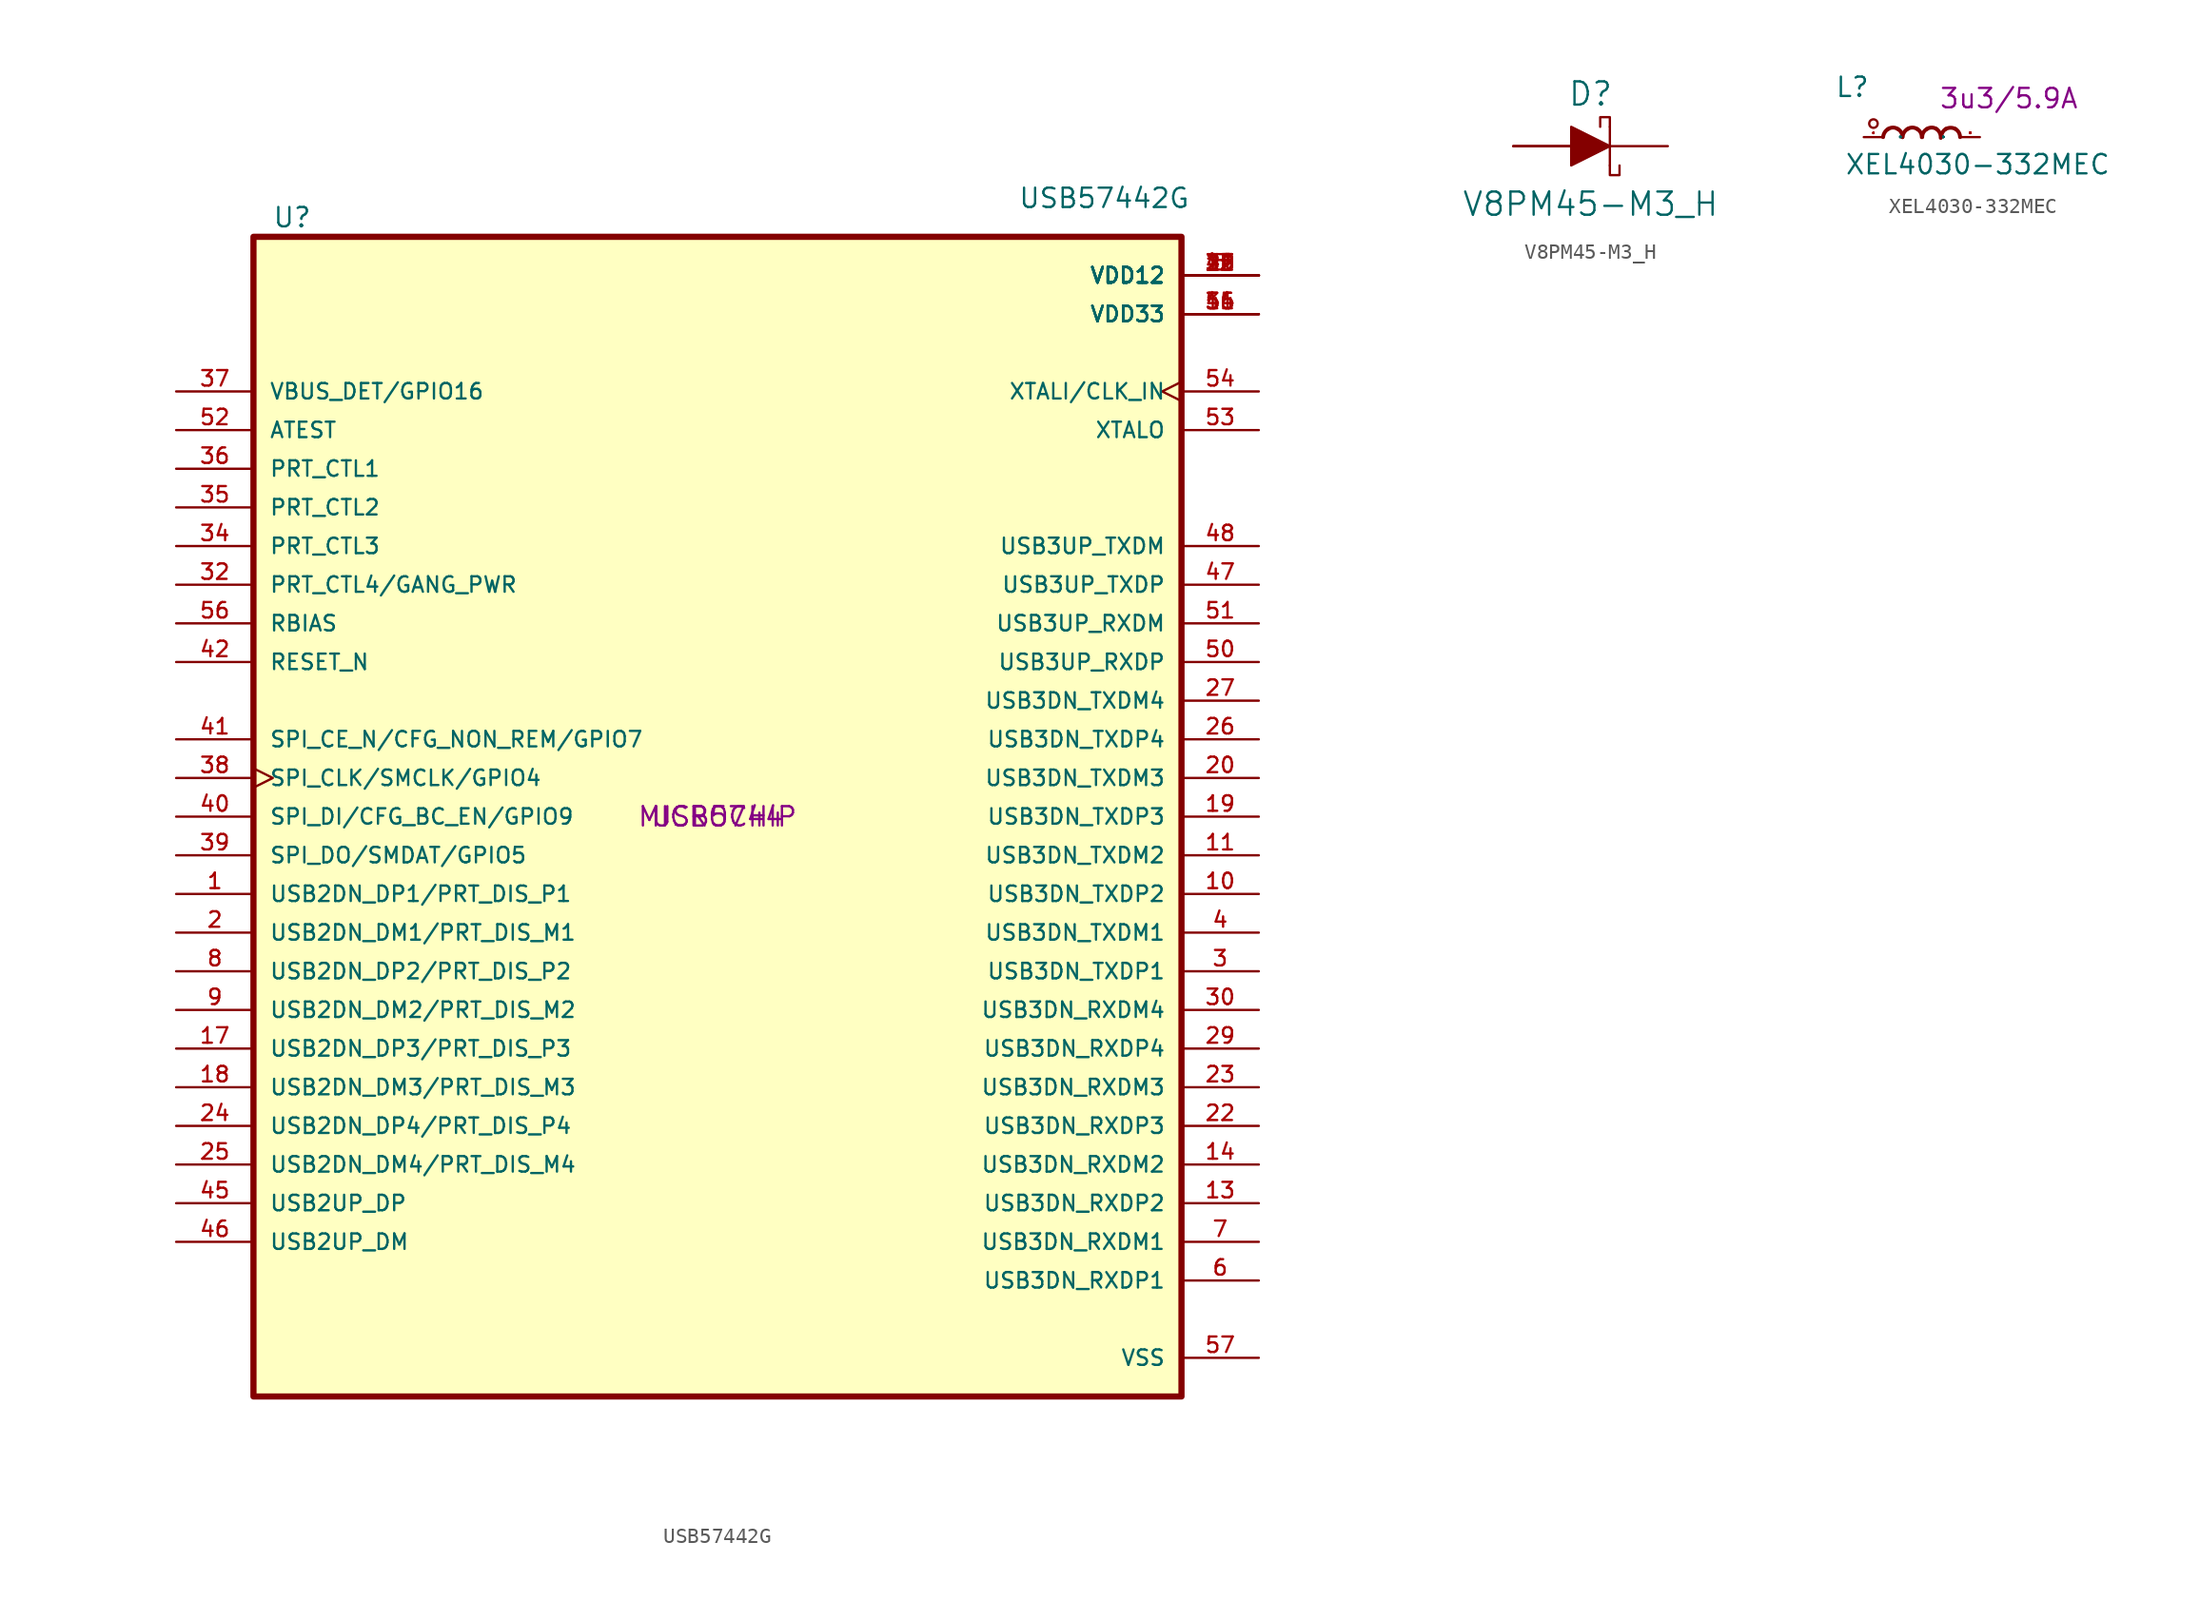
<source format=kicad_sym>
(kicad_symbol_lib
  (version 20211014)
  (generator kicad_symbol_editor)
  (symbol "USB57442G"
    (pin_names
      (offset 1.016))
    (property "Reference" "U"
      (at -27.94 39.37 0)
      (effects (font (size 1.27 1.27))))
    (property "Value" "USB57442G"
      (at 25.4 40.64 0)
      (effects (font (size 1.27 1.27))))
    (property "MPN" "USB5744"
      (at 0 0 0)
      (effects (font (size 1.27 1.27))))
    (property "Manufacturer" "MICROCHIP"
      (at 0 0 0)
      (effects (font (size 1.27 1.27))))
    (symbol "USB57442G_1_1"
      (rectangle (start -30.48 -38.1) (end 30.48 38.1) (stroke (width 0.406) (type default) (color 0 0 0 0)) (fill (type background)))
      (pin bidirectional line (at -35.56 -5.08 0) (length 5.08) (name "USB2DN_DP1/PRT_DIS_P1" (effects (font (size 1.016 1.016)))) (number "1" (effects (font (size 1.016 1.016)))))
      (pin bidirectional line (at 35.56 -5.08 180) (length 5.08) (name "USB3DN_TXDP2" (effects (font (size 1.016 1.016)))) (number "10" (effects (font (size 1.016 1.016)))))
      (pin bidirectional line (at 35.56 -2.54 180) (length 5.08) (name "USB3DN_TXDM2" (effects (font (size 1.016 1.016)))) (number "11" (effects (font (size 1.016 1.016)))))
      (pin power_in line (at 35.56 35.56 180) (length 5.08) (name "VDD12" (effects (font (size 1.016 1.016)))) (number "12" (effects (font (size 1.016 1.016)))))
      (pin bidirectional line (at 35.56 -25.4 180) (length 5.08) (name "USB3DN_RXDP2" (effects (font (size 1.016 1.016)))) (number "13" (effects (font (size 1.016 1.016)))))
      (pin bidirectional line (at 35.56 -22.86 180) (length 5.08) (name "USB3DN_RXDM2" (effects (font (size 1.016 1.016)))) (number "14" (effects (font (size 1.016 1.016)))))
      (pin power_in line (at 35.56 35.56 180) (length 5.08) (name "VDD12" (effects (font (size 1.016 1.016)))) (number "15" (effects (font (size 1.016 1.016)))))
      (pin power_in line (at 35.56 33.02 180) (length 5.08) (name "VDD33" (effects (font (size 1.016 1.016)))) (number "16" (effects (font (size 1.016 1.016)))))
      (pin bidirectional line (at -35.56 -15.24 0) (length 5.08) (name "USB2DN_DP3/PRT_DIS_P3" (effects (font (size 1.016 1.016)))) (number "17" (effects (font (size 1.016 1.016)))))
      (pin bidirectional line (at -35.56 -17.78 0) (length 5.08) (name "USB2DN_DM3/PRT_DIS_M3" (effects (font (size 1.016 1.016)))) (number "18" (effects (font (size 1.016 1.016)))))
      (pin bidirectional line (at 35.56 0 180) (length 5.08) (name "USB3DN_TXDP3" (effects (font (size 1.016 1.016)))) (number "19" (effects (font (size 1.016 1.016)))))
      (pin bidirectional line (at -35.56 -7.62 0) (length 5.08) (name "USB2DN_DM1/PRT_DIS_M1" (effects (font (size 1.016 1.016)))) (number "2" (effects (font (size 1.016 1.016)))))
      (pin bidirectional line (at 35.56 2.54 180) (length 5.08) (name "USB3DN_TXDM3" (effects (font (size 1.016 1.016)))) (number "20" (effects (font (size 1.016 1.016)))))
      (pin power_in line (at 35.56 35.56 180) (length 5.08) (name "VDD12" (effects (font (size 1.016 1.016)))) (number "21" (effects (font (size 1.016 1.016)))))
      (pin bidirectional line (at 35.56 -20.32 180) (length 5.08) (name "USB3DN_RXDP3" (effects (font (size 1.016 1.016)))) (number "22" (effects (font (size 1.016 1.016)))))
      (pin bidirectional line (at 35.56 -17.78 180) (length 5.08) (name "USB3DN_RXDM3" (effects (font (size 1.016 1.016)))) (number "23" (effects (font (size 1.016 1.016)))))
      (pin bidirectional line (at -35.56 -20.32 0) (length 5.08) (name "USB2DN_DP4/PRT_DIS_P4" (effects (font (size 1.016 1.016)))) (number "24" (effects (font (size 1.016 1.016)))))
      (pin bidirectional line (at -35.56 -22.86 0) (length 5.08) (name "USB2DN_DM4/PRT_DIS_M4" (effects (font (size 1.016 1.016)))) (number "25" (effects (font (size 1.016 1.016)))))
      (pin bidirectional line (at 35.56 5.08 180) (length 5.08) (name "USB3DN_TXDP4" (effects (font (size 1.016 1.016)))) (number "26" (effects (font (size 1.016 1.016)))))
      (pin bidirectional line (at 35.56 7.62 180) (length 5.08) (name "USB3DN_TXDM4" (effects (font (size 1.016 1.016)))) (number "27" (effects (font (size 1.016 1.016)))))
      (pin power_in line (at 35.56 35.56 180) (length 5.08) (name "VDD12" (effects (font (size 1.016 1.016)))) (number "28" (effects (font (size 1.016 1.016)))))
      (pin bidirectional line (at 35.56 -15.24 180) (length 5.08) (name "USB3DN_RXDP4" (effects (font (size 1.016 1.016)))) (number "29" (effects (font (size 1.016 1.016)))))
      (pin bidirectional line (at 35.56 -10.16 180) (length 5.08) (name "USB3DN_TXDP1" (effects (font (size 1.016 1.016)))) (number "3" (effects (font (size 1.016 1.016)))))
      (pin bidirectional line (at 35.56 -12.7 180) (length 5.08) (name "USB3DN_RXDM4" (effects (font (size 1.016 1.016)))) (number "30" (effects (font (size 1.016 1.016)))))
      (pin power_in line (at 35.56 33.02 180) (length 5.08) (name "VDD33" (effects (font (size 1.016 1.016)))) (number "31" (effects (font (size 1.016 1.016)))))
      (pin input line (at -35.56 15.24 0) (length 5.08) (name "PRT_CTL4/GANG_PWR" (effects (font (size 1.016 1.016)))) (number "32" (effects (font (size 1.016 1.016)))))
      (pin power_in line (at 35.56 35.56 180) (length 5.08) (name "VDD12" (effects (font (size 1.016 1.016)))) (number "33" (effects (font (size 1.016 1.016)))))
      (pin input line (at -35.56 17.78 0) (length 5.08) (name "PRT_CTL3" (effects (font (size 1.016 1.016)))) (number "34" (effects (font (size 1.016 1.016)))))
      (pin input line (at -35.56 20.32 0) (length 5.08) (name "PRT_CTL2" (effects (font (size 1.016 1.016)))) (number "35" (effects (font (size 1.016 1.016)))))
      (pin input line (at -35.56 22.86 0) (length 5.08) (name "PRT_CTL1" (effects (font (size 1.016 1.016)))) (number "36" (effects (font (size 1.016 1.016)))))
      (pin bidirectional line (at -35.56 27.94 0) (length 5.08) (name "VBUS_DET/GPIO16" (effects (font (size 1.016 1.016)))) (number "37" (effects (font (size 1.016 1.016)))))
      (pin bidirectional clock (at -35.56 2.54 0) (length 5.08) (name "SPI_CLK/SMCLK/GPIO4" (effects (font (size 1.016 1.016)))) (number "38" (effects (font (size 1.016 1.016)))))
      (pin bidirectional line (at -35.56 -2.54 0) (length 5.08) (name "SPI_DO/SMDAT/GPIO5" (effects (font (size 1.016 1.016)))) (number "39" (effects (font (size 1.016 1.016)))))
      (pin bidirectional line (at 35.56 -7.62 180) (length 5.08) (name "USB3DN_TXDM1" (effects (font (size 1.016 1.016)))) (number "4" (effects (font (size 1.016 1.016)))))
      (pin bidirectional line (at -35.56 0 0) (length 5.08) (name "SPI_DI/CFG_BC_EN/GPIO9" (effects (font (size 1.016 1.016)))) (number "40" (effects (font (size 1.016 1.016)))))
      (pin bidirectional line (at -35.56 5.08 0) (length 5.08) (name "SPI_CE_N/CFG_NON_REM/GPIO7" (effects (font (size 1.016 1.016)))) (number "41" (effects (font (size 1.016 1.016)))))
      (pin input line (at -35.56 10.16 0) (length 5.08) (name "RESET_N" (effects (font (size 1.016 1.016)))) (number "42" (effects (font (size 1.016 1.016)))))
      (pin power_in line (at 35.56 35.56 180) (length 5.08) (name "VDD12" (effects (font (size 1.016 1.016)))) (number "43" (effects (font (size 1.016 1.016)))))
      (pin power_in line (at 35.56 33.02 180) (length 5.08) (name "VDD33" (effects (font (size 1.016 1.016)))) (number "44" (effects (font (size 1.016 1.016)))))
      (pin bidirectional line (at -35.56 -25.4 0) (length 5.08) (name "USB2UP_DP" (effects (font (size 1.016 1.016)))) (number "45" (effects (font (size 1.016 1.016)))))
      (pin bidirectional line (at -35.56 -27.94 0) (length 5.08) (name "USB2UP_DM" (effects (font (size 1.016 1.016)))) (number "46" (effects (font (size 1.016 1.016)))))
      (pin bidirectional line (at 35.56 15.24 180) (length 5.08) (name "USB3UP_TXDP" (effects (font (size 1.016 1.016)))) (number "47" (effects (font (size 1.016 1.016)))))
      (pin bidirectional line (at 35.56 17.78 180) (length 5.08) (name "USB3UP_TXDM" (effects (font (size 1.016 1.016)))) (number "48" (effects (font (size 1.016 1.016)))))
      (pin power_in line (at 35.56 35.56 180) (length 5.08) (name "VDD12" (effects (font (size 1.016 1.016)))) (number "49" (effects (font (size 1.016 1.016)))))
      (pin power_in line (at 35.56 35.56 180) (length 5.08) (name "VDD12" (effects (font (size 1.016 1.016)))) (number "5" (effects (font (size 1.016 1.016)))))
      (pin bidirectional line (at 35.56 10.16 180) (length 5.08) (name "USB3UP_RXDP" (effects (font (size 1.016 1.016)))) (number "50" (effects (font (size 1.016 1.016)))))
      (pin bidirectional line (at 35.56 12.7 180) (length 5.08) (name "USB3UP_RXDM" (effects (font (size 1.016 1.016)))) (number "51" (effects (font (size 1.016 1.016)))))
      (pin input line (at -35.56 25.4 0) (length 5.08) (name "ATEST" (effects (font (size 1.016 1.016)))) (number "52" (effects (font (size 1.016 1.016)))))
      (pin output line (at 35.56 25.4 180) (length 5.08) (name "XTALO" (effects (font (size 1.016 1.016)))) (number "53" (effects (font (size 1.016 1.016)))))
      (pin input clock (at 35.56 27.94 180) (length 5.08) (name "XTALI/CLK_IN" (effects (font (size 1.016 1.016)))) (number "54" (effects (font (size 1.016 1.016)))))
      (pin power_in line (at 35.56 33.02 180) (length 5.08) (name "VDD33" (effects (font (size 1.016 1.016)))) (number "55" (effects (font (size 1.016 1.016)))))
      (pin input line (at -35.56 12.7 0) (length 5.08) (name "RBIAS" (effects (font (size 1.016 1.016)))) (number "56" (effects (font (size 1.016 1.016)))))
      (pin power_in line (at 35.56 -35.56 180) (length 5.08) (name "VSS" (effects (font (size 1.016 1.016)))) (number "57" (effects (font (size 1.016 1.016)))))
      (pin bidirectional line (at 35.56 -30.48 180) (length 5.08) (name "USB3DN_RXDP1" (effects (font (size 1.016 1.016)))) (number "6" (effects (font (size 1.016 1.016)))))
      (pin bidirectional line (at 35.56 -27.94 180) (length 5.08) (name "USB3DN_RXDM1" (effects (font (size 1.016 1.016)))) (number "7" (effects (font (size 1.016 1.016)))))
      (pin bidirectional line (at -35.56 -10.16 0) (length 5.08) (name "USB2DN_DP2/PRT_DIS_P2" (effects (font (size 1.016 1.016)))) (number "8" (effects (font (size 1.016 1.016)))))
      (pin bidirectional line (at -35.56 -12.7 0) (length 5.08) (name "USB2DN_DM2/PRT_DIS_M2" (effects (font (size 1.016 1.016)))) (number "9" (effects (font (size 1.016 1.016)))))))
  (symbol "V8PM45-M3_H"
    (pin_numbers hide)
    (pin_names
      (offset 0) hide)
    (property "Reference" "D"
      (at 0 2.54 0)
      (effects (font (size 1.524 1.524)) (justify bottom)))
    (property "Value" "V8PM45-M3_H"
      (at 0 -3.81 0)
      (effects (font (size 1.524 1.524))))
    (symbol "V8PM45-M3_H_0_1"
      (polyline (pts (xy 1.27 1.27) (xy 1.27 -1.27)) (stroke (width 0) (type default) (color 0 0 0 0)) (fill (type none)))
      (polyline (pts (xy -1.27 1.27) (xy -1.27 -1.27) (xy 1.27 0) (xy -1.27 1.27)) (stroke (width 0) (type default) (color 0 0 0 0)) (fill (type outline)))
      (polyline (pts (xy 1.27 -1.27) (xy 1.27 -1.905) (xy 1.905 -1.905) (xy 1.905 -1.27)) (stroke (width 0) (type default) (color 0 0 0 0)) (fill (type none)))
      (polyline (pts (xy 1.27 1.27) (xy 1.27 1.905) (xy 0.635 1.905) (xy 0.635 1.27)) (stroke (width 0) (type default) (color 0 0 0 0)) (fill (type none))))
    (symbol "V8PM45-M3_H_1_1"
      (pin passive line (at -5.08 0 0) (length 3.81) (name "~" (effects (font (size 1.27 1.27)))) (number "1" (effects (font (size 1.27 1.27)))))
      (pin passive line (at -5.08 0 0) (length 3.81) (name "~" (effects (font (size 1.27 1.27)))) (number "2" (effects (font (size 1.27 1.27)))))
      (pin passive line (at 5.08 0 180) (length 3.81) (name "~" (effects (font (size 1.27 1.27)))) (number "3" (effects (font (size 1.27 1.27)))))))
  (symbol "XEL4030-332MEC"
    (pin_names
      (offset 1.016))
    (property "Reference" "L"
      (at -5.715 2.54 0)
      (effects (font (size 1.27 1.27)) (justify left bottom)))
    (property "Value" "XEL4030-332MEC"
      (at -5.08 -2.54 0)
      (effects (font (size 1.27 1.27)) (justify left bottom)))
    (property "Val" "3u3/5.9A"
      (at 5.715 2.54 0)
      (effects (font (size 1.27 1.27))))
    (symbol "XEL4030-332MEC_0_1"
      (circle (center -3.175 0.889) (radius 0.279) (stroke (width 0) (type default) (color 0 0 0 0)) (fill (type none)))
      (pin passive line (at -3.81 0 0) (length 1.27) (name "P" (effects (font (size 0.025 0.025)))) (number "1" (effects (font (size 0.025 0.025)))))
      (pin passive line (at 3.81 0 180) (length 1.27) (name "P" (effects (font (size 0.025 0.025)))) (number "2" (effects (font (size 0.025 0.025))))))
    (symbol "XEL4030-332MEC_1_1"
      (arc (start -2.2098 0.5334) (mid -2.4364 0.3084) (end -2.54 0) (stroke (width 0.254) (type default) (color 0 0 0 0)) (fill (type none)))
      (arc (start -1.5748 0.5334) (mid -1.894 0.6272) (end -2.2098 0.5334) (stroke (width 0.254) (type default) (color 0 0 0 0)) (fill (type none)))
      (arc (start -1.27 0) (mid -1.3503 0.309) (end -1.5748 0.5334) (stroke (width 0.254) (type default) (color 0 0 0 0)) (fill (type none)))
      (arc (start -0.9398 0.5334) (mid -1.1664 0.3084) (end -1.27 0) (stroke (width 0.254) (type default) (color 0 0 0 0)) (fill (type none)))
      (arc (start -0.3048 0.5334) (mid -0.624 0.6272) (end -0.9398 0.5334) (stroke (width 0.254) (type default) (color 0 0 0 0)) (fill (type none)))
      (arc (start 0 0) (mid -0.0803 0.309) (end -0.3048 0.5334) (stroke (width 0.254) (type default) (color 0 0 0 0)) (fill (type none)))
      (arc (start 0.3302 0.5334) (mid 0.1036 0.3084) (end 0.0254 0) (stroke (width 0.254) (type default) (color 0 0 0 0)) (fill (type none)))
      (arc (start 0.9652 0.5334) (mid 0.646 0.6272) (end 0.3302 0.5334) (stroke (width 0.254) (type default) (color 0 0 0 0)) (fill (type none)))
      (arc (start 1.2446 -0.0508) (mid 1.1813 0.2752) (end 0.9652 0.5334) (stroke (width 0.254) (type default) (color 0 0 0 0)) (fill (type none)))
      (arc (start 1.5748 0.5334) (mid 1.357 0.3053) (end 1.27 0) (stroke (width 0.254) (type default) (color 0 0 0 0)) (fill (type none)))
      (arc (start 2.2098 0.5334) (mid 1.8942 0.6142) (end 1.5748 0.5334) (stroke (width 0.254) (type default) (color 0 0 0 0)) (fill (type none)))
      (arc (start 2.5146 0) (mid 2.4322 0.306) (end 2.2098 0.5334) (stroke (width 0.254) (type default) (color 0 0 0 0)) (fill (type none))))))
</source>
